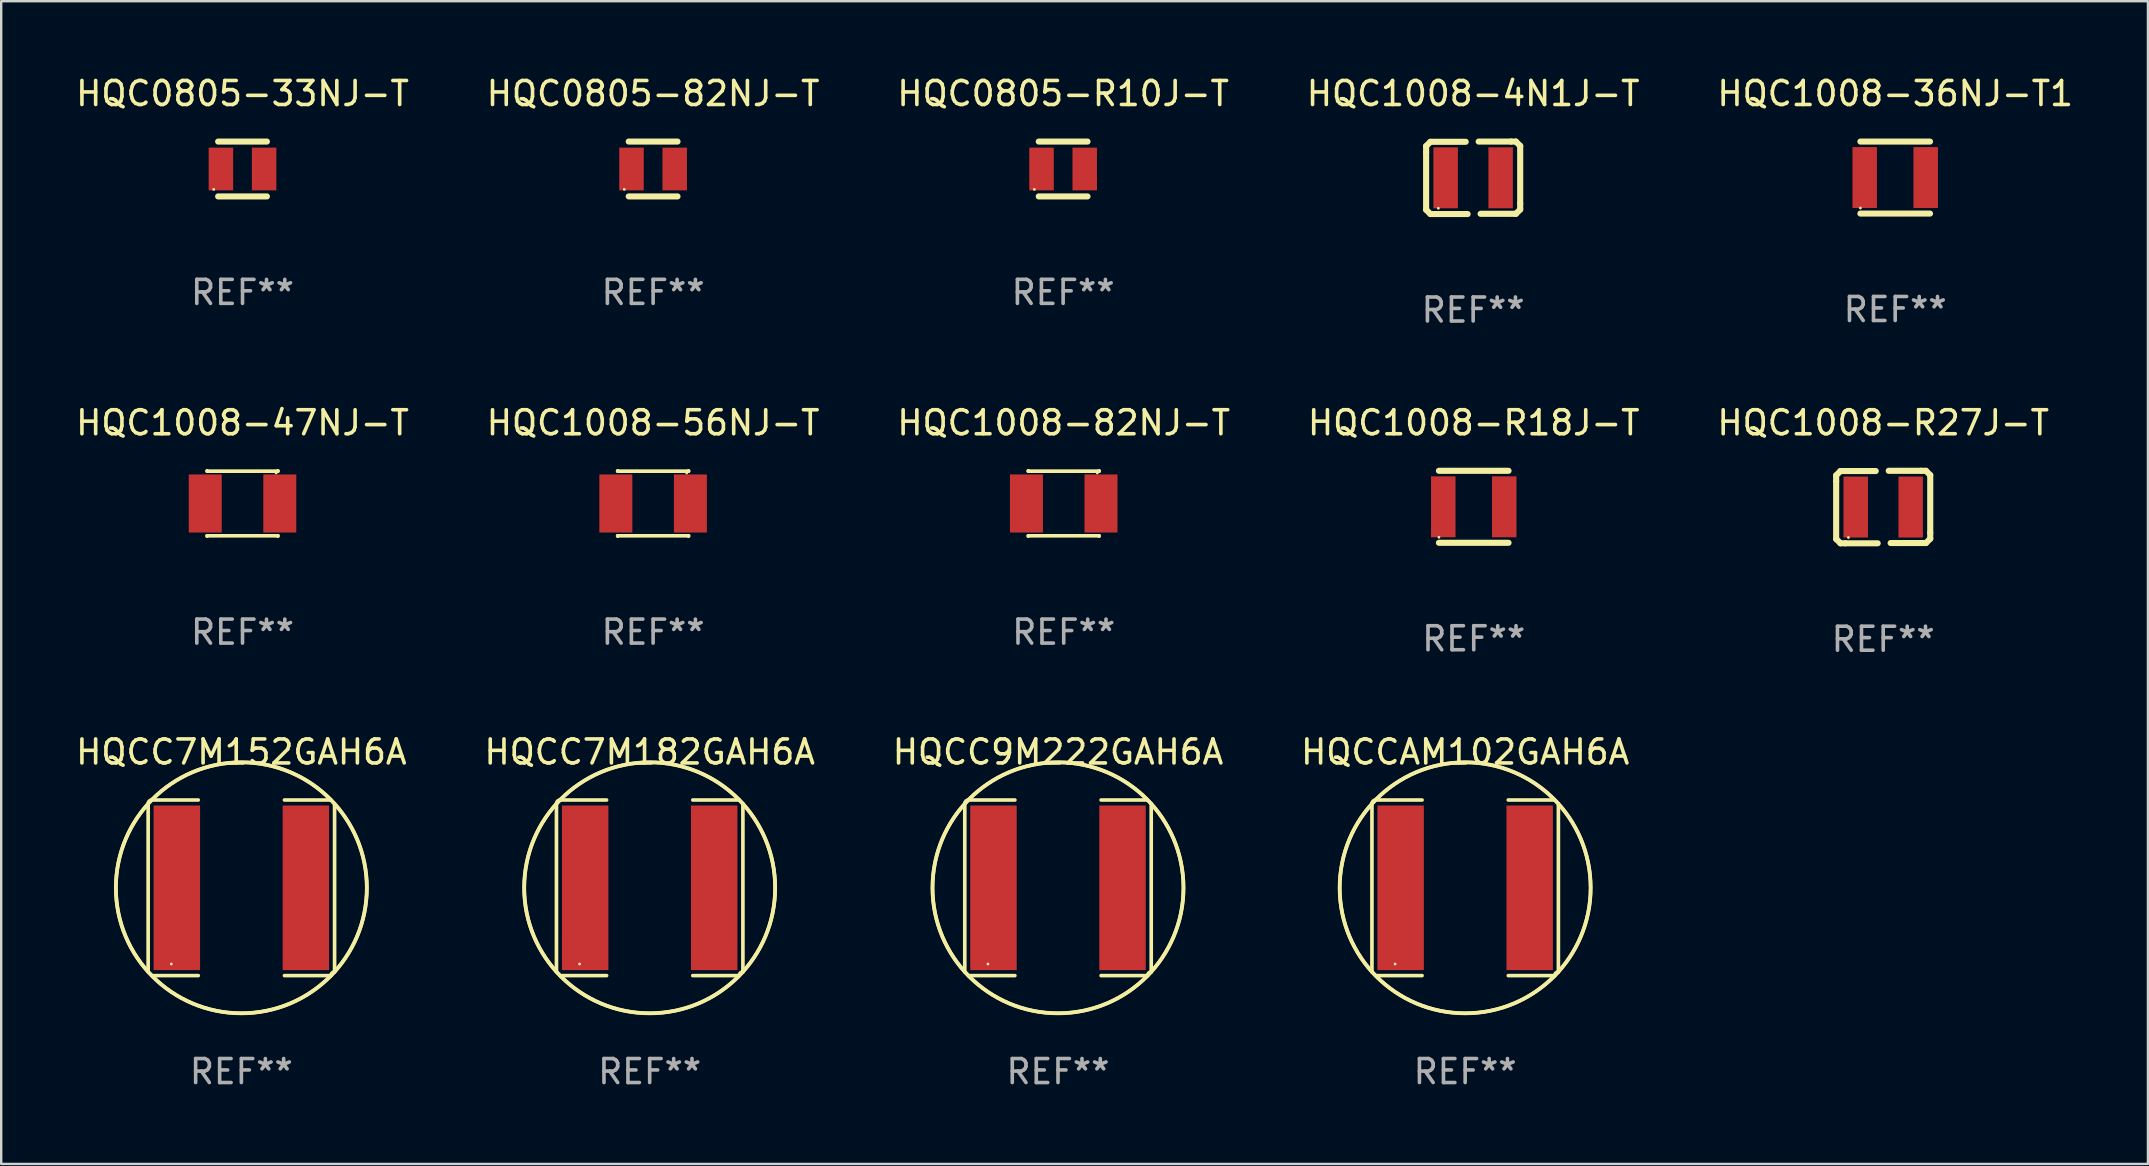
<source format=kicad_pcb>
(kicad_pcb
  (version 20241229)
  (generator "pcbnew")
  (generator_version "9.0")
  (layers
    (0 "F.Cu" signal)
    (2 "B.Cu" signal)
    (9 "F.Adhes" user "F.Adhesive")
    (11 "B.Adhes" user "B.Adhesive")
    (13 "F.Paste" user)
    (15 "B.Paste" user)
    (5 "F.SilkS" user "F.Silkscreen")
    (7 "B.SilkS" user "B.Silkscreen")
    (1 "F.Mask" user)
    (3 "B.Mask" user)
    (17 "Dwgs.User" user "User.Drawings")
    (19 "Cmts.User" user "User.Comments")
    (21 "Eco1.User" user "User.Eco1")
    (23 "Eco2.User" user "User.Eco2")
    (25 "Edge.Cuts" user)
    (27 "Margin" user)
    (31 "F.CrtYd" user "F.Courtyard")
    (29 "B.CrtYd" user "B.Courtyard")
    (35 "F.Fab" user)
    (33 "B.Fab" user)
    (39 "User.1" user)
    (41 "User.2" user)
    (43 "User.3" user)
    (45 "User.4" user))
  (footprint "HQCC7M182GAH6A"
    (layer "F.Cu")
    (at 24.018 33.939)
    (property "Reference" "HQCC7M182GAH6A" (at 0 -5.658 0) (layer "F.SilkS") (effects (font (size 1 1) (thickness 0.15))))
    (attr through_hole)
    (fp_line (start -3.884 -3.505) (end -3.884 3.505) (stroke (width 0.152) (type solid)) (layer "F.SilkS"))
    (fp_line (start -3.731 3.658) (end -1.796 3.658) (stroke (width 0.152) (type solid)) (layer "F.SilkS"))
    (fp_line (start -1.796 -3.658) (end -3.731 -3.658) (stroke (width 0.152) (type solid)) (layer "F.SilkS"))
    (fp_line (start 1.796 -3.658) (end 3.731 -3.658) (stroke (width 0.152) (type solid)) (layer "F.SilkS"))
    (fp_line (start 3.731 3.658) (end 1.796 3.658) (stroke (width 0.152) (type solid)) (layer "F.SilkS"))
    (fp_line (start 3.884 -3.505) (end 3.884 3.505) (stroke (width 0.152) (type solid)) (layer "F.SilkS"))
    (fp_arc (start -3.8836 -3.505199) (mid -3.838963 -3.612963) (end -3.731199 -3.6576) (stroke (width 0.1524) (type solid)) (layer "F.SilkS"))
    (fp_arc (start -3.883599 3.505199) (mid 3.883577 -3.505177) (end -3.883599 3.505199) (stroke (width 0.1524) (type solid)) (layer "F.SilkS"))
    (fp_arc (start 3.731198 3.6576) (mid 3.775835 3.549836) (end 3.883599 3.505199) (stroke (width 0.1524) (type solid)) (layer "F.SilkS"))
    (fp_arc (start 3.731199 -3.6576) (mid -3.731221 3.657622) (end 3.731199 -3.6576) (stroke (width 0.1524) (type solid)) (layer "F.SilkS"))
    (fp_circle (center -2.92 3.175) (end -2.89 3.175) (stroke (width 0.06) (type solid)) (fill no) (layer "F.SilkS"))
    (fp_text user "REF**" (at 0 7.658 0) (layer "F.Fab") (effects (font (size 1 1) (thickness 0.15))))
    (pad "1" smd rect (at -2.688 0) (size 1.935 6.858) (layers "F.Cu" "F.Mask" "F.Paste"))
    (pad "2" smd rect (at 2.688 0) (size 1.935 6.858) (layers "F.Cu" "F.Mask" "F.Paste")))
  (footprint "HQC1008-R27J-T"
    (layer "F.Cu")
    (at 75.411 18.075)
    (property "Reference" "HQC1008-R27J-T" (at 0 -3.51 0) (layer "F.SilkS") (effects (font (size 1 1) (thickness 0.15))))
    (attr through_hole)
    (fp_line (start -1.96 -1.32) (end -1.78 -1.5) (stroke (width 0.254) (type solid)) (layer "F.SilkS"))
    (fp_line (start -1.96 -1.07) (end -1.96 -1.32) (stroke (width 0.254) (type solid)) (layer "F.SilkS"))
    (fp_line (start -1.96 1.33) (end -1.96 -1.07) (stroke (width 0.254) (type solid)) (layer "F.SilkS"))
    (fp_line (start -1.78 -1.5) (end -0.31 -1.5) (stroke (width 0.254) (type solid)) (layer "F.SilkS"))
    (fp_line (start -1.78 1.51) (end -1.96 1.33) (stroke (width 0.254) (type solid)) (layer "F.SilkS"))
    (fp_line (start -1.58 1.51) (end -1.78 1.51) (stroke (width 0.254) (type solid)) (layer "F.SilkS"))
    (fp_line (start -0.23 1.51) (end -1.58 1.51) (stroke (width 0.254) (type solid)) (layer "F.SilkS"))
    (fp_line (start 0.23 -1.51) (end 1.58 -1.51) (stroke (width 0.254) (type solid)) (layer "F.SilkS"))
    (fp_line (start 1.58 -1.51) (end 1.78 -1.51) (stroke (width 0.254) (type solid)) (layer "F.SilkS"))
    (fp_line (start 1.78 -1.51) (end 1.96 -1.33) (stroke (width 0.254) (type solid)) (layer "F.SilkS"))
    (fp_line (start 1.78 1.5) (end 0.31 1.5) (stroke (width 0.254) (type solid)) (layer "F.SilkS"))
    (fp_line (start 1.96 -1.33) (end 1.96 1.07) (stroke (width 0.254) (type solid)) (layer "F.SilkS"))
    (fp_line (start 1.96 1.07) (end 1.96 1.32) (stroke (width 0.254) (type solid)) (layer "F.SilkS"))
    (fp_line (start 1.96 1.32) (end 1.78 1.5) (stroke (width 0.254) (type solid)) (layer "F.SilkS"))
    (fp_circle (center -1.45 1.27) (end -1.42 1.27) (stroke (width 0.06) (type solid)) (fill no) (layer "F.SilkS"))
    (fp_text user "REF**" (at 0 5.51 0) (layer "F.Fab") (effects (font (size 1 1) (thickness 0.15))))
    (pad "1" smd rect (at -1.145 0.000013 90) (size 2.54 1.02) (layers "F.Cu" "F.Mask" "F.Paste"))
    (pad "2" smd rect (at 1.145 0.000013 90) (size 2.54 1.02) (layers "F.Cu" "F.Mask" "F.Paste")))
  (footprint "HQC1008-82NJ-T"
    (layer "F.Cu")
    (at 41.268 17.927)
    (property "Reference" "HQC1008-82NJ-T" (at 0 -3.362 0) (layer "F.SilkS") (effects (font (size 1 1) (thickness 0.15))))
    (attr through_hole)
    (fp_line (start -1.476 -1.362) (end -1.476 -1.346) (stroke (width 0.152) (type solid)) (layer "F.SilkS"))
    (fp_line (start -1.476 -1.346) (end 1.476 -1.346) (stroke (width 0.152) (type solid)) (layer "F.SilkS"))
    (fp_line (start -1.476 1.346) (end 1.476 1.346) (stroke (width 0.152) (type solid)) (layer "F.SilkS"))
    (fp_line (start -1.476 1.362) (end -1.476 1.346) (stroke (width 0.152) (type solid)) (layer "F.SilkS"))
    (fp_line (start 1.476 -1.346) (end 1.476 -1.362) (stroke (width 0.152) (type solid)) (layer "F.SilkS"))
    (fp_line (start 1.476 1.346) (end 1.476 1.362) (stroke (width 0.152) (type solid)) (layer "F.SilkS"))
    (fp_circle (center 1.4 -1.27) (end 1.43 -1.27) (stroke (width 0.06) (type solid)) (fill no) (layer "F.SilkS"))
    (fp_text user "REF**" (at 0 5.362 0) (layer "F.Fab") (effects (font (size 1 1) (thickness 0.15))))
    (pad "1" smd rect (at 1.553 0) (size 1.374 2.42) (layers "F.Cu" "F.Mask" "F.Paste"))
    (pad "2" smd rect (at -1.553 0) (size 1.374 2.42) (layers "F.Cu" "F.Mask" "F.Paste")))
  (footprint "HQC1008-36NJ-T1"
    (layer "F.Cu")
    (at 75.911 4.348)
    (property "Reference" "HQC1008-36NJ-T1" (at 0 -3.5 0) (layer "F.SilkS") (effects (font (size 1 1) (thickness 0.15))))
    (attr through_hole)
    (fp_line (start -1.45 -1.5) (end 1.45 -1.5) (stroke (width 0.254) (type solid)) (layer "F.SilkS"))
    (fp_line (start -1.45 1.5) (end 1.45 1.5) (stroke (width 0.254) (type solid)) (layer "F.SilkS"))
    (fp_circle (center -1.45 1.27) (end -1.42 1.27) (stroke (width 0.06) (type solid)) (fill no) (layer "F.SilkS"))
    (fp_text user "REF**" (at 0 5.5 0) (layer "F.Fab") (effects (font (size 1 1) (thickness 0.15))))
    (pad "1" smd rect (at -1.27 0 90) (size 2.54 1.02) (layers "F.Cu" "F.Mask" "F.Paste"))
    (pad "2" smd rect (at 1.27 0 90) (size 2.54 1.02) (layers "F.Cu" "F.Mask" "F.Paste")))
  (footprint "HQCC7M152GAH6A"
    (layer "F.Cu")
    (at 7.006 33.939)
    (property "Reference" "HQCC7M152GAH6A" (at 0 -5.658 0) (layer "F.SilkS") (effects (font (size 1 1) (thickness 0.15))))
    (attr through_hole)
    (fp_line (start -3.884 -3.505) (end -3.884 3.505) (stroke (width 0.152) (type solid)) (layer "F.SilkS"))
    (fp_line (start -3.731 3.658) (end -1.796 3.658) (stroke (width 0.152) (type solid)) (layer "F.SilkS"))
    (fp_line (start -1.796 -3.658) (end -3.731 -3.658) (stroke (width 0.152) (type solid)) (layer "F.SilkS"))
    (fp_line (start 1.796 -3.658) (end 3.731 -3.658) (stroke (width 0.152) (type solid)) (layer "F.SilkS"))
    (fp_line (start 3.731 3.658) (end 1.796 3.658) (stroke (width 0.152) (type solid)) (layer "F.SilkS"))
    (fp_line (start 3.884 -3.505) (end 3.884 3.505) (stroke (width 0.152) (type solid)) (layer "F.SilkS"))
    (fp_arc (start -3.8836 -3.505199) (mid -3.838963 -3.612963) (end -3.731199 -3.6576) (stroke (width 0.1524) (type solid)) (layer "F.SilkS"))
    (fp_arc (start -3.883599 3.505199) (mid 3.883577 -3.505177) (end -3.883599 3.505199) (stroke (width 0.1524) (type solid)) (layer "F.SilkS"))
    (fp_arc (start 3.731198 3.6576) (mid 3.775835 3.549836) (end 3.883599 3.505199) (stroke (width 0.1524) (type solid)) (layer "F.SilkS"))
    (fp_arc (start 3.731199 -3.6576) (mid -3.731221 3.657622) (end 3.731199 -3.6576) (stroke (width 0.1524) (type solid)) (layer "F.SilkS"))
    (fp_circle (center -2.92 3.175) (end -2.89 3.175) (stroke (width 0.06) (type solid)) (fill no) (layer "F.SilkS"))
    (fp_text user "REF**" (at 0 7.658 0) (layer "F.Fab") (effects (font (size 1 1) (thickness 0.15))))
    (pad "1" smd rect (at -2.688 0) (size 1.935 6.858) (layers "F.Cu" "F.Mask" "F.Paste"))
    (pad "2" smd rect (at 2.688 0) (size 1.935 6.858) (layers "F.Cu" "F.Mask" "F.Paste")))
  (footprint "HQC1008-4N1J-T"
    (layer "F.Cu")
    (at 58.327 4.358)
    (property "Reference" "HQC1008-4N1J-T" (at 0 -3.51 0) (layer "F.SilkS") (effects (font (size 1 1) (thickness 0.15))))
    (attr through_hole)
    (fp_line (start -1.96 -1.32) (end -1.78 -1.5) (stroke (width 0.254) (type solid)) (layer "F.SilkS"))
    (fp_line (start -1.96 -1.07) (end -1.96 -1.32) (stroke (width 0.254) (type solid)) (layer "F.SilkS"))
    (fp_line (start -1.96 1.33) (end -1.96 -1.07) (stroke (width 0.254) (type solid)) (layer "F.SilkS"))
    (fp_line (start -1.78 -1.5) (end -0.31 -1.5) (stroke (width 0.254) (type solid)) (layer "F.SilkS"))
    (fp_line (start -1.78 1.51) (end -1.96 1.33) (stroke (width 0.254) (type solid)) (layer "F.SilkS"))
    (fp_line (start -1.58 1.51) (end -1.78 1.51) (stroke (width 0.254) (type solid)) (layer "F.SilkS"))
    (fp_line (start -0.23 1.51) (end -1.58 1.51) (stroke (width 0.254) (type solid)) (layer "F.SilkS"))
    (fp_line (start 0.23 -1.51) (end 1.58 -1.51) (stroke (width 0.254) (type solid)) (layer "F.SilkS"))
    (fp_line (start 1.58 -1.51) (end 1.78 -1.51) (stroke (width 0.254) (type solid)) (layer "F.SilkS"))
    (fp_line (start 1.78 -1.51) (end 1.96 -1.33) (stroke (width 0.254) (type solid)) (layer "F.SilkS"))
    (fp_line (start 1.78 1.5) (end 0.31 1.5) (stroke (width 0.254) (type solid)) (layer "F.SilkS"))
    (fp_line (start 1.96 -1.33) (end 1.96 1.07) (stroke (width 0.254) (type solid)) (layer "F.SilkS"))
    (fp_line (start 1.96 1.07) (end 1.96 1.32) (stroke (width 0.254) (type solid)) (layer "F.SilkS"))
    (fp_line (start 1.96 1.32) (end 1.78 1.5) (stroke (width 0.254) (type solid)) (layer "F.SilkS"))
    (fp_circle (center -1.45 1.27) (end -1.42 1.27) (stroke (width 0.06) (type solid)) (fill no) (layer "F.SilkS"))
    (fp_text user "REF**" (at 0 5.51 0) (layer "F.Fab") (effects (font (size 1 1) (thickness 0.15))))
    (pad "1" smd rect (at -1.145 0.000013 90) (size 2.54 1.02) (layers "F.Cu" "F.Mask" "F.Paste"))
    (pad "2" smd rect (at 1.145 0.000013 90) (size 2.54 1.02) (layers "F.Cu" "F.Mask" "F.Paste")))
  (footprint "HQCCAM102GAH6A"
    (layer "F.Cu")
    (at 57.994 33.939)
    (property "Reference" "HQCCAM102GAH6A" (at 0 -5.658 0) (layer "F.SilkS") (effects (font (size 1 1) (thickness 0.15))))
    (attr through_hole)
    (fp_line (start -3.884 -3.505) (end -3.884 3.505) (stroke (width 0.152) (type solid)) (layer "F.SilkS"))
    (fp_line (start -3.731 3.658) (end -1.796 3.658) (stroke (width 0.152) (type solid)) (layer "F.SilkS"))
    (fp_line (start -1.796 -3.658) (end -3.731 -3.658) (stroke (width 0.152) (type solid)) (layer "F.SilkS"))
    (fp_line (start 1.796 -3.658) (end 3.731 -3.658) (stroke (width 0.152) (type solid)) (layer "F.SilkS"))
    (fp_line (start 3.731 3.658) (end 1.796 3.658) (stroke (width 0.152) (type solid)) (layer "F.SilkS"))
    (fp_line (start 3.884 -3.505) (end 3.884 3.505) (stroke (width 0.152) (type solid)) (layer "F.SilkS"))
    (fp_arc (start -3.8836 -3.505199) (mid -3.838963 -3.612963) (end -3.731199 -3.6576) (stroke (width 0.1524) (type solid)) (layer "F.SilkS"))
    (fp_arc (start -3.883599 3.505199) (mid 3.883577 -3.505177) (end -3.883599 3.505199) (stroke (width 0.1524) (type solid)) (layer "F.SilkS"))
    (fp_arc (start 3.731198 3.6576) (mid 3.775835 3.549836) (end 3.883599 3.505199) (stroke (width 0.1524) (type solid)) (layer "F.SilkS"))
    (fp_arc (start 3.731199 -3.6576) (mid -3.731221 3.657622) (end 3.731199 -3.6576) (stroke (width 0.1524) (type solid)) (layer "F.SilkS"))
    (fp_circle (center -2.92 3.175) (end -2.89 3.175) (stroke (width 0.06) (type solid)) (fill no) (layer "F.SilkS"))
    (fp_text user "REF**" (at 0 7.658 0) (layer "F.Fab") (effects (font (size 1 1) (thickness 0.15))))
    (pad "1" smd rect (at -2.688 0) (size 1.935 6.858) (layers "F.Cu" "F.Mask" "F.Paste"))
    (pad "2" smd rect (at 2.688 0) (size 1.935 6.858) (layers "F.Cu" "F.Mask" "F.Paste")))
  (footprint "HQC0805-33NJ-T"
    (layer "F.Cu")
    (at 7.054 3.991)
    (property "Reference" "HQC0805-33NJ-T" (at 0 -3.143 0) (layer "F.SilkS") (effects (font (size 1 1) (thickness 0.15))))
    (attr through_hole)
    (fp_line (start -1.016 -1.143) (end 1.016 -1.143) (stroke (width 0.254) (type solid)) (layer "F.SilkS"))
    (fp_line (start -1.016 1.143) (end 1.016 1.143) (stroke (width 0.254) (type solid)) (layer "F.SilkS"))
    (fp_circle (center -1.2 0.85) (end -1.17 0.85) (stroke (width 0.06) (type solid)) (fill no) (layer "F.SilkS"))
    (fp_text user "REF**" (at 0 5.143 0) (layer "F.Fab") (effects (font (size 1 1) (thickness 0.15))))
    (pad "1" smd rect (at -0.9 0) (size 1.02 1.78) (layers "F.Cu" "F.Mask" "F.Paste"))
    (pad "2" smd rect (at 0.9 0) (size 1.02 1.78) (layers "F.Cu" "F.Mask" "F.Paste")))
  (footprint "HQC1008-56NJ-T"
    (layer "F.Cu")
    (at 24.161 17.927)
    (property "Reference" "HQC1008-56NJ-T" (at 0 -3.362 0) (layer "F.SilkS") (effects (font (size 1 1) (thickness 0.15))))
    (attr through_hole)
    (fp_line (start -1.476 -1.362) (end -1.476 -1.346) (stroke (width 0.152) (type solid)) (layer "F.SilkS"))
    (fp_line (start -1.476 -1.346) (end 1.476 -1.346) (stroke (width 0.152) (type solid)) (layer "F.SilkS"))
    (fp_line (start -1.476 1.346) (end 1.476 1.346) (stroke (width 0.152) (type solid)) (layer "F.SilkS"))
    (fp_line (start -1.476 1.362) (end -1.476 1.346) (stroke (width 0.152) (type solid)) (layer "F.SilkS"))
    (fp_line (start 1.476 -1.346) (end 1.476 -1.362) (stroke (width 0.152) (type solid)) (layer "F.SilkS"))
    (fp_line (start 1.476 1.346) (end 1.476 1.362) (stroke (width 0.152) (type solid)) (layer "F.SilkS"))
    (fp_circle (center 1.4 -1.27) (end 1.43 -1.27) (stroke (width 0.06) (type solid)) (fill no) (layer "F.SilkS"))
    (fp_text user "REF**" (at 0 5.362 0) (layer "F.Fab") (effects (font (size 1 1) (thickness 0.15))))
    (pad "1" smd rect (at 1.553 0) (size 1.374 2.42) (layers "F.Cu" "F.Mask" "F.Paste"))
    (pad "2" smd rect (at -1.553 0) (size 1.374 2.42) (layers "F.Cu" "F.Mask" "F.Paste")))
  (footprint "HQC0805-82NJ-T"
    (layer "F.Cu")
    (at 24.161 3.991)
    (property "Reference" "HQC0805-82NJ-T" (at 0 -3.143 0) (layer "F.SilkS") (effects (font (size 1 1) (thickness 0.15))))
    (attr through_hole)
    (fp_line (start -1.016 -1.143) (end 1.016 -1.143) (stroke (width 0.254) (type solid)) (layer "F.SilkS"))
    (fp_line (start -1.016 1.143) (end 1.016 1.143) (stroke (width 0.254) (type solid)) (layer "F.SilkS"))
    (fp_circle (center -1.2 0.85) (end -1.17 0.85) (stroke (width 0.06) (type solid)) (fill no) (layer "F.SilkS"))
    (fp_text user "REF**" (at 0 5.143 0) (layer "F.Fab") (effects (font (size 1 1) (thickness 0.15))))
    (pad "1" smd rect (at -0.9 0) (size 1.02 1.78) (layers "F.Cu" "F.Mask" "F.Paste"))
    (pad "2" smd rect (at 0.9 0) (size 1.02 1.78) (layers "F.Cu" "F.Mask" "F.Paste")))
  (footprint "HQC0805-R10J-T"
    (layer "F.Cu")
    (at 41.244 3.991)
    (property "Reference" "HQC0805-R10J-T" (at 0 -3.143 0) (layer "F.SilkS") (effects (font (size 1 1) (thickness 0.15))))
    (attr through_hole)
    (fp_line (start -1.016 -1.143) (end 1.016 -1.143) (stroke (width 0.254) (type solid)) (layer "F.SilkS"))
    (fp_line (start -1.016 1.143) (end 1.016 1.143) (stroke (width 0.254) (type solid)) (layer "F.SilkS"))
    (fp_circle (center -1.2 0.85) (end -1.17 0.85) (stroke (width 0.06) (type solid)) (fill no) (layer "F.SilkS"))
    (fp_text user "REF**" (at 0 5.143 0) (layer "F.Fab") (effects (font (size 1 1) (thickness 0.15))))
    (pad "1" smd rect (at -0.9 0) (size 1.02 1.78) (layers "F.Cu" "F.Mask" "F.Paste"))
    (pad "2" smd rect (at 0.9 0) (size 1.02 1.78) (layers "F.Cu" "F.Mask" "F.Paste")))
  (footprint "HQC1008-R18J-T"
    (layer "F.Cu")
    (at 58.351 18.065)
    (property "Reference" "HQC1008-R18J-T" (at 0 -3.5 0) (layer "F.SilkS") (effects (font (size 1 1) (thickness 0.15))))
    (attr through_hole)
    (fp_line (start -1.45 -1.5) (end 1.45 -1.5) (stroke (width 0.254) (type solid)) (layer "F.SilkS"))
    (fp_line (start -1.45 1.5) (end 1.45 1.5) (stroke (width 0.254) (type solid)) (layer "F.SilkS"))
    (fp_circle (center -1.45 1.27) (end -1.42 1.27) (stroke (width 0.06) (type solid)) (fill no) (layer "F.SilkS"))
    (fp_text user "REF**" (at 0 5.5 0) (layer "F.Fab") (effects (font (size 1 1) (thickness 0.15))))
    (pad "1" smd rect (at -1.27 0 90) (size 2.54 1.02) (layers "F.Cu" "F.Mask" "F.Paste"))
    (pad "2" smd rect (at 1.27 0 90) (size 2.54 1.02) (layers "F.Cu" "F.Mask" "F.Paste")))
  (footprint "HQCC9M222GAH6A"
    (layer "F.Cu")
    (at 41.03 33.939)
    (property "Reference" "HQCC9M222GAH6A" (at 0 -5.658 0) (layer "F.SilkS") (effects (font (size 1 1) (thickness 0.15))))
    (attr through_hole)
    (fp_line (start -3.884 -3.505) (end -3.884 3.505) (stroke (width 0.152) (type solid)) (layer "F.SilkS"))
    (fp_line (start -3.731 3.658) (end -1.796 3.658) (stroke (width 0.152) (type solid)) (layer "F.SilkS"))
    (fp_line (start -1.796 -3.658) (end -3.731 -3.658) (stroke (width 0.152) (type solid)) (layer "F.SilkS"))
    (fp_line (start 1.796 -3.658) (end 3.731 -3.658) (stroke (width 0.152) (type solid)) (layer "F.SilkS"))
    (fp_line (start 3.731 3.658) (end 1.796 3.658) (stroke (width 0.152) (type solid)) (layer "F.SilkS"))
    (fp_line (start 3.884 -3.505) (end 3.884 3.505) (stroke (width 0.152) (type solid)) (layer "F.SilkS"))
    (fp_arc (start -3.8836 -3.505199) (mid -3.838963 -3.612963) (end -3.731199 -3.6576) (stroke (width 0.1524) (type solid)) (layer "F.SilkS"))
    (fp_arc (start -3.883599 3.505199) (mid 3.883577 -3.505177) (end -3.883599 3.505199) (stroke (width 0.1524) (type solid)) (layer "F.SilkS"))
    (fp_arc (start 3.731198 3.6576) (mid 3.775835 3.549836) (end 3.883599 3.505199) (stroke (width 0.1524) (type solid)) (layer "F.SilkS"))
    (fp_arc (start 3.731199 -3.6576) (mid -3.731221 3.657622) (end 3.731199 -3.6576) (stroke (width 0.1524) (type solid)) (layer "F.SilkS"))
    (fp_circle (center -2.92 3.175) (end -2.89 3.175) (stroke (width 0.06) (type solid)) (fill no) (layer "F.SilkS"))
    (fp_text user "REF**" (at 0 7.658 0) (layer "F.Fab") (effects (font (size 1 1) (thickness 0.15))))
    (pad "1" smd rect (at -2.688 0) (size 1.935 6.858) (layers "F.Cu" "F.Mask" "F.Paste"))
    (pad "2" smd rect (at 2.688 0) (size 1.935 6.858) (layers "F.Cu" "F.Mask" "F.Paste")))
  (footprint "HQC1008-47NJ-T"
    (layer "F.Cu")
    (at 7.054 17.927)
    (property "Reference" "HQC1008-47NJ-T" (at 0 -3.362 0) (layer "F.SilkS") (effects (font (size 1 1) (thickness 0.15))))
    (attr through_hole)
    (fp_line (start -1.476 -1.362) (end -1.476 -1.346) (stroke (width 0.152) (type solid)) (layer "F.SilkS"))
    (fp_line (start -1.476 -1.346) (end 1.476 -1.346) (stroke (width 0.152) (type solid)) (layer "F.SilkS"))
    (fp_line (start -1.476 1.346) (end 1.476 1.346) (stroke (width 0.152) (type solid)) (layer "F.SilkS"))
    (fp_line (start -1.476 1.362) (end -1.476 1.346) (stroke (width 0.152) (type solid)) (layer "F.SilkS"))
    (fp_line (start 1.476 -1.346) (end 1.476 -1.362) (stroke (width 0.152) (type solid)) (layer "F.SilkS"))
    (fp_line (start 1.476 1.346) (end 1.476 1.362) (stroke (width 0.152) (type solid)) (layer "F.SilkS"))
    (fp_circle (center 1.4 -1.27) (end 1.43 -1.27) (stroke (width 0.06) (type solid)) (fill no) (layer "F.SilkS"))
    (fp_text user "REF**" (at 0 5.362 0) (layer "F.Fab") (effects (font (size 1 1) (thickness 0.15))))
    (pad "1" smd rect (at 1.553 0) (size 1.374 2.42) (layers "F.Cu" "F.Mask" "F.Paste"))
    (pad "2" smd rect (at -1.553 0) (size 1.374 2.42) (layers "F.Cu" "F.Mask" "F.Paste")))
  (gr_rect
    (start -3 -3)
    (end 86.44 45.445)
    (stroke (width 0.1) (type default))
    (fill no)
    (layer "Edge.Cuts")))
</source>
